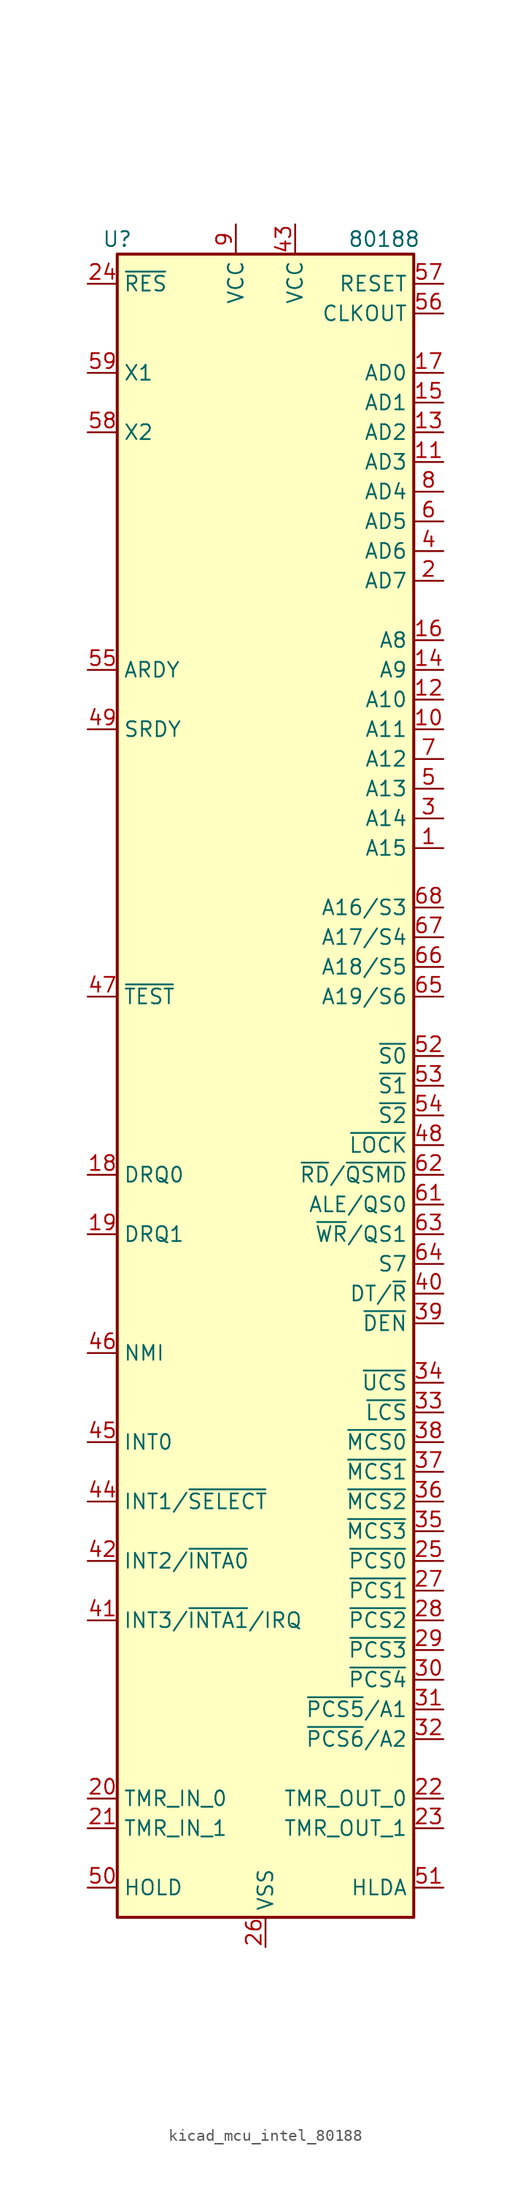
<source format=kicad_sym>
(kicad_symbol_lib
  (version 20220914)
  (generator kicad_symbol_editor)
  (symbol "kicad_mcu_intel_80188"
    (property "Reference" "U"
      (at -12.7 72.39 0)
      (effects (font (size 1.27 1.27))))
    (property "Value" "80188"
      (at 10.16 72.39 0)
      (effects (font (size 1.27 1.27))))
    (symbol "kicad_mcu_intel_80188_0_1"
      (rectangle (start 12.7 -71.12) (end -12.7 71.12) (stroke (width 0.254) (type default)) (fill (type background))))
    (symbol "kicad_mcu_intel_80188_1_1"
      (pin output line (at 15.24 20.32 180) (length 2.54) (name "A15" (effects (font (size 1.27 1.27)))) (number "1" (effects (font (size 1.27 1.27)))))
      (pin output line (at 15.24 30.48 180) (length 2.54) (name "A11" (effects (font (size 1.27 1.27)))) (number "10" (effects (font (size 1.27 1.27)))))
      (pin bidirectional line (at 15.24 53.34 180) (length 2.54) (name "AD3" (effects (font (size 1.27 1.27)))) (number "11" (effects (font (size 1.27 1.27)))))
      (pin output line (at 15.24 33.02 180) (length 2.54) (name "A10" (effects (font (size 1.27 1.27)))) (number "12" (effects (font (size 1.27 1.27)))))
      (pin bidirectional line (at 15.24 55.88 180) (length 2.54) (name "AD2" (effects (font (size 1.27 1.27)))) (number "13" (effects (font (size 1.27 1.27)))))
      (pin output line (at 15.24 35.56 180) (length 2.54) (name "A9" (effects (font (size 1.27 1.27)))) (number "14" (effects (font (size 1.27 1.27)))))
      (pin bidirectional line (at 15.24 58.42 180) (length 2.54) (name "AD1" (effects (font (size 1.27 1.27)))) (number "15" (effects (font (size 1.27 1.27)))))
      (pin output line (at 15.24 38.1 180) (length 2.54) (name "A8" (effects (font (size 1.27 1.27)))) (number "16" (effects (font (size 1.27 1.27)))))
      (pin bidirectional line (at 15.24 60.96 180) (length 2.54) (name "AD0" (effects (font (size 1.27 1.27)))) (number "17" (effects (font (size 1.27 1.27)))))
      (pin input line (at -15.24 -7.62 0) (length 2.54) (name "DRQ0" (effects (font (size 1.27 1.27)))) (number "18" (effects (font (size 1.27 1.27)))))
      (pin input line (at -15.24 -12.7 0) (length 2.54) (name "DRQ1" (effects (font (size 1.27 1.27)))) (number "19" (effects (font (size 1.27 1.27)))))
      (pin bidirectional line (at 15.24 43.18 180) (length 2.54) (name "AD7" (effects (font (size 1.27 1.27)))) (number "2" (effects (font (size 1.27 1.27)))))
      (pin input line (at -15.24 -60.96 0) (length 2.54) (name "TMR_IN_0" (effects (font (size 1.27 1.27)))) (number "20" (effects (font (size 1.27 1.27)))))
      (pin input line (at -15.24 -63.5 0) (length 2.54) (name "TMR_IN_1" (effects (font (size 1.27 1.27)))) (number "21" (effects (font (size 1.27 1.27)))))
      (pin output line (at 15.24 -60.96 180) (length 2.54) (name "TMR_OUT_0" (effects (font (size 1.27 1.27)))) (number "22" (effects (font (size 1.27 1.27)))))
      (pin output line (at 15.24 -63.5 180) (length 2.54) (name "TMR_OUT_1" (effects (font (size 1.27 1.27)))) (number "23" (effects (font (size 1.27 1.27)))))
      (pin input line (at -15.24 68.58 0) (length 2.54) (name "~{RES}" (effects (font (size 1.27 1.27)))) (number "24" (effects (font (size 1.27 1.27)))))
      (pin output line (at 15.24 -40.64 180) (length 2.54) (name "~{PCS0}" (effects (font (size 1.27 1.27)))) (number "25" (effects (font (size 1.27 1.27)))))
      (pin power_in line (at 0 -73.66 90) (length 2.54) (name "VSS" (effects (font (size 1.27 1.27)))) (number "26" (effects (font (size 1.27 1.27)))))
      (pin output line (at 15.24 -43.18 180) (length 2.54) (name "~{PCS1}" (effects (font (size 1.27 1.27)))) (number "27" (effects (font (size 1.27 1.27)))))
      (pin output line (at 15.24 -45.72 180) (length 2.54) (name "~{PCS2}" (effects (font (size 1.27 1.27)))) (number "28" (effects (font (size 1.27 1.27)))))
      (pin output line (at 15.24 -48.26 180) (length 2.54) (name "~{PCS3}" (effects (font (size 1.27 1.27)))) (number "29" (effects (font (size 1.27 1.27)))))
      (pin output line (at 15.24 22.86 180) (length 2.54) (name "A14" (effects (font (size 1.27 1.27)))) (number "3" (effects (font (size 1.27 1.27)))))
      (pin output line (at 15.24 -50.8 180) (length 2.54) (name "~{PCS4}" (effects (font (size 1.27 1.27)))) (number "30" (effects (font (size 1.27 1.27)))))
      (pin output line (at 15.24 -53.34 180) (length 2.54) (name "~{PCS5}/A1" (effects (font (size 1.27 1.27)))) (number "31" (effects (font (size 1.27 1.27)))))
      (pin output line (at 15.24 -55.88 180) (length 2.54) (name "~{PCS6}/A2" (effects (font (size 1.27 1.27)))) (number "32" (effects (font (size 1.27 1.27)))))
      (pin output line (at 15.24 -27.94 180) (length 2.54) (name "~{LCS}" (effects (font (size 1.27 1.27)))) (number "33" (effects (font (size 1.27 1.27)))))
      (pin output line (at 15.24 -25.4 180) (length 2.54) (name "~{UCS}" (effects (font (size 1.27 1.27)))) (number "34" (effects (font (size 1.27 1.27)))))
      (pin output line (at 15.24 -38.1 180) (length 2.54) (name "~{MCS3}" (effects (font (size 1.27 1.27)))) (number "35" (effects (font (size 1.27 1.27)))))
      (pin output line (at 15.24 -35.56 180) (length 2.54) (name "~{MCS2}" (effects (font (size 1.27 1.27)))) (number "36" (effects (font (size 1.27 1.27)))))
      (pin output line (at 15.24 -33.02 180) (length 2.54) (name "~{MCS1}" (effects (font (size 1.27 1.27)))) (number "37" (effects (font (size 1.27 1.27)))))
      (pin output line (at 15.24 -30.48 180) (length 2.54) (name "~{MCS0}" (effects (font (size 1.27 1.27)))) (number "38" (effects (font (size 1.27 1.27)))))
      (pin output line (at 15.24 -20.32 180) (length 2.54) (name "~{DEN}" (effects (font (size 1.27 1.27)))) (number "39" (effects (font (size 1.27 1.27)))))
      (pin bidirectional line (at 15.24 45.72 180) (length 2.54) (name "AD6" (effects (font (size 1.27 1.27)))) (number "4" (effects (font (size 1.27 1.27)))))
      (pin output line (at 15.24 -17.78 180) (length 2.54) (name "DT/~{R}" (effects (font (size 1.27 1.27)))) (number "40" (effects (font (size 1.27 1.27)))))
      (pin bidirectional line (at -15.24 -45.72 0) (length 2.54) (name "INT3/~{INTA1}/IRQ" (effects (font (size 1.27 1.27)))) (number "41" (effects (font (size 1.27 1.27)))))
      (pin bidirectional line (at -15.24 -40.64 0) (length 2.54) (name "INT2/~{INTA0}" (effects (font (size 1.27 1.27)))) (number "42" (effects (font (size 1.27 1.27)))))
      (pin power_in line (at 2.54 73.66 270) (length 2.54) (name "VCC" (effects (font (size 1.27 1.27)))) (number "43" (effects (font (size 1.27 1.27)))))
      (pin input line (at -15.24 -35.56 0) (length 2.54) (name "INT1/~{SELECT}" (effects (font (size 1.27 1.27)))) (number "44" (effects (font (size 1.27 1.27)))))
      (pin input line (at -15.24 -30.48 0) (length 2.54) (name "INT0" (effects (font (size 1.27 1.27)))) (number "45" (effects (font (size 1.27 1.27)))))
      (pin input line (at -15.24 -22.86 0) (length 2.54) (name "NMI" (effects (font (size 1.27 1.27)))) (number "46" (effects (font (size 1.27 1.27)))))
      (pin bidirectional line (at -15.24 7.62 0) (length 2.54) (name "~{TEST}" (effects (font (size 1.27 1.27)))) (number "47" (effects (font (size 1.27 1.27)))))
      (pin output line (at 15.24 -5.08 180) (length 2.54) (name "~{LOCK}" (effects (font (size 1.27 1.27)))) (number "48" (effects (font (size 1.27 1.27)))))
      (pin input line (at -15.24 30.48 0) (length 2.54) (name "SRDY" (effects (font (size 1.27 1.27)))) (number "49" (effects (font (size 1.27 1.27)))))
      (pin output line (at 15.24 25.4 180) (length 2.54) (name "A13" (effects (font (size 1.27 1.27)))) (number "5" (effects (font (size 1.27 1.27)))))
      (pin input line (at -15.24 -68.58 0) (length 2.54) (name "HOLD" (effects (font (size 1.27 1.27)))) (number "50" (effects (font (size 1.27 1.27)))))
      (pin output line (at 15.24 -68.58 180) (length 2.54) (name "HLDA" (effects (font (size 1.27 1.27)))) (number "51" (effects (font (size 1.27 1.27)))))
      (pin output line (at 15.24 2.54 180) (length 2.54) (name "~{S0}" (effects (font (size 1.27 1.27)))) (number "52" (effects (font (size 1.27 1.27)))))
      (pin output line (at 15.24 0 180) (length 2.54) (name "~{S1}" (effects (font (size 1.27 1.27)))) (number "53" (effects (font (size 1.27 1.27)))))
      (pin output line (at 15.24 -2.54 180) (length 2.54) (name "~{S2}" (effects (font (size 1.27 1.27)))) (number "54" (effects (font (size 1.27 1.27)))))
      (pin input line (at -15.24 35.56 0) (length 2.54) (name "ARDY" (effects (font (size 1.27 1.27)))) (number "55" (effects (font (size 1.27 1.27)))))
      (pin output line (at 15.24 66.04 180) (length 2.54) (name "CLKOUT" (effects (font (size 1.27 1.27)))) (number "56" (effects (font (size 1.27 1.27)))))
      (pin output line (at 15.24 68.58 180) (length 2.54) (name "RESET" (effects (font (size 1.27 1.27)))) (number "57" (effects (font (size 1.27 1.27)))))
      (pin output line (at -15.24 55.88 0) (length 2.54) (name "X2" (effects (font (size 1.27 1.27)))) (number "58" (effects (font (size 1.27 1.27)))))
      (pin input line (at -15.24 60.96 0) (length 2.54) (name "X1" (effects (font (size 1.27 1.27)))) (number "59" (effects (font (size 1.27 1.27)))))
      (pin bidirectional line (at 15.24 48.26 180) (length 2.54) (name "AD5" (effects (font (size 1.27 1.27)))) (number "6" (effects (font (size 1.27 1.27)))))
      (pin passive line (at 0 -73.66 90) (length 2.54) hide (name "VSS" (effects (font (size 1.27 1.27)))) (number "60" (effects (font (size 1.27 1.27)))))
      (pin output line (at 15.24 -10.16 180) (length 2.54) (name "ALE/QS0" (effects (font (size 1.27 1.27)))) (number "61" (effects (font (size 1.27 1.27)))))
      (pin bidirectional line (at 15.24 -7.62 180) (length 2.54) (name "~{RD}/~{QSMD}" (effects (font (size 1.27 1.27)))) (number "62" (effects (font (size 1.27 1.27)))))
      (pin output line (at 15.24 -12.7 180) (length 2.54) (name "~{WR}/QS1" (effects (font (size 1.27 1.27)))) (number "63" (effects (font (size 1.27 1.27)))))
      (pin output line (at 15.24 -15.24 180) (length 2.54) (name "S7" (effects (font (size 1.27 1.27)))) (number "64" (effects (font (size 1.27 1.27)))))
      (pin output line (at 15.24 7.62 180) (length 2.54) (name "A19/S6" (effects (font (size 1.27 1.27)))) (number "65" (effects (font (size 1.27 1.27)))))
      (pin output line (at 15.24 10.16 180) (length 2.54) (name "A18/S5" (effects (font (size 1.27 1.27)))) (number "66" (effects (font (size 1.27 1.27)))))
      (pin output line (at 15.24 12.7 180) (length 2.54) (name "A17/S4" (effects (font (size 1.27 1.27)))) (number "67" (effects (font (size 1.27 1.27)))))
      (pin output line (at 15.24 15.24 180) (length 2.54) (name "A16/S3" (effects (font (size 1.27 1.27)))) (number "68" (effects (font (size 1.27 1.27)))))
      (pin output line (at 15.24 27.94 180) (length 2.54) (name "A12" (effects (font (size 1.27 1.27)))) (number "7" (effects (font (size 1.27 1.27)))))
      (pin bidirectional line (at 15.24 50.8 180) (length 2.54) (name "AD4" (effects (font (size 1.27 1.27)))) (number "8" (effects (font (size 1.27 1.27)))))
      (pin power_in line (at -2.54 73.66 270) (length 2.54) (name "VCC" (effects (font (size 1.27 1.27)))) (number "9" (effects (font (size 1.27 1.27))))))))
</source>
